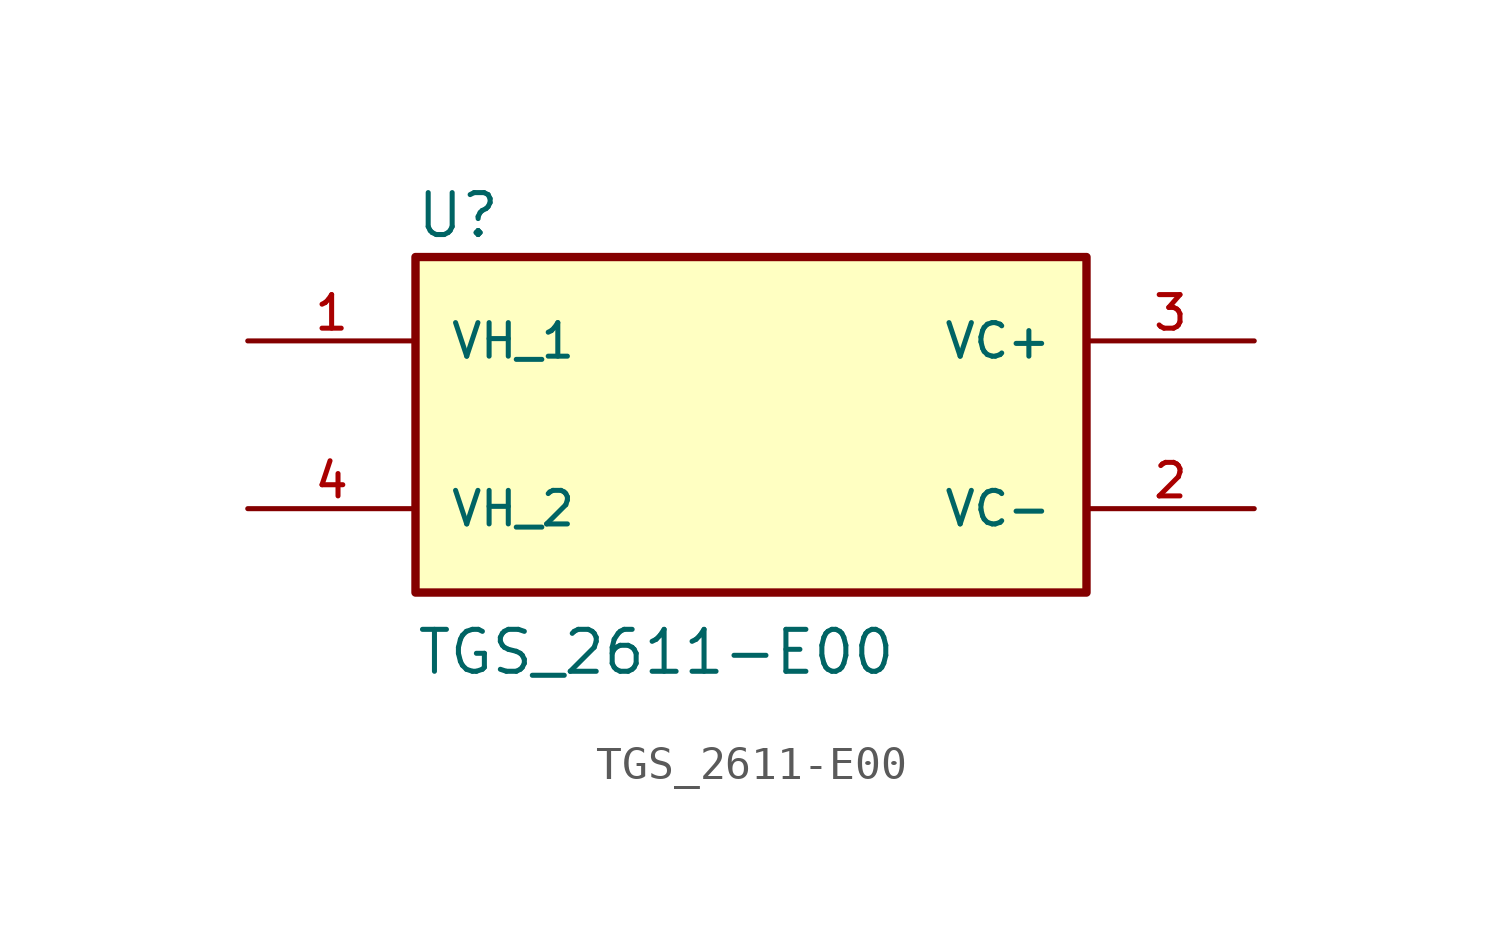
<source format=kicad_sym>
(kicad_symbol_lib
  (version 20211014)
  (generator kicad_symbol_editor)
  (symbol "TGS_2611-E00"
    (pin_names
      (offset 1.016))
    (property "Reference" "U"
      (at -10.178 5.598 0)
      (effects (font (size 1.27 1.27)) (justify bottom left)))
    (property "Value" "TGS_2611-E00"
      (at -10.17 -7.628 0)
      (effects (font (size 1.27 1.27)) (justify bottom left)))
    (symbol "TGS_2611-E00_0_0"
      (rectangle (start -10.16 -5.08) (end 10.16 5.08) (stroke (width 0.254)) (fill (type background)))
      (pin input line (at -15.24 2.54 0) (length 5.08) (name "VH_1" (effects (font (size 1.016 1.016)))) (number "1" (effects (font (size 1.016 1.016)))))
      (pin input line (at -15.24 -2.54 0) (length 5.08) (name "VH_2" (effects (font (size 1.016 1.016)))) (number "4" (effects (font (size 1.016 1.016)))))
      (pin power_in line (at 15.24 -2.54 180.0) (length 5.08) (name "VC-" (effects (font (size 1.016 1.016)))) (number "2" (effects (font (size 1.016 1.016)))))
      (pin power_in line (at 15.24 2.54 180.0) (length 5.08) (name "VC+" (effects (font (size 1.016 1.016)))) (number "3" (effects (font (size 1.016 1.016))))))))
</source>
